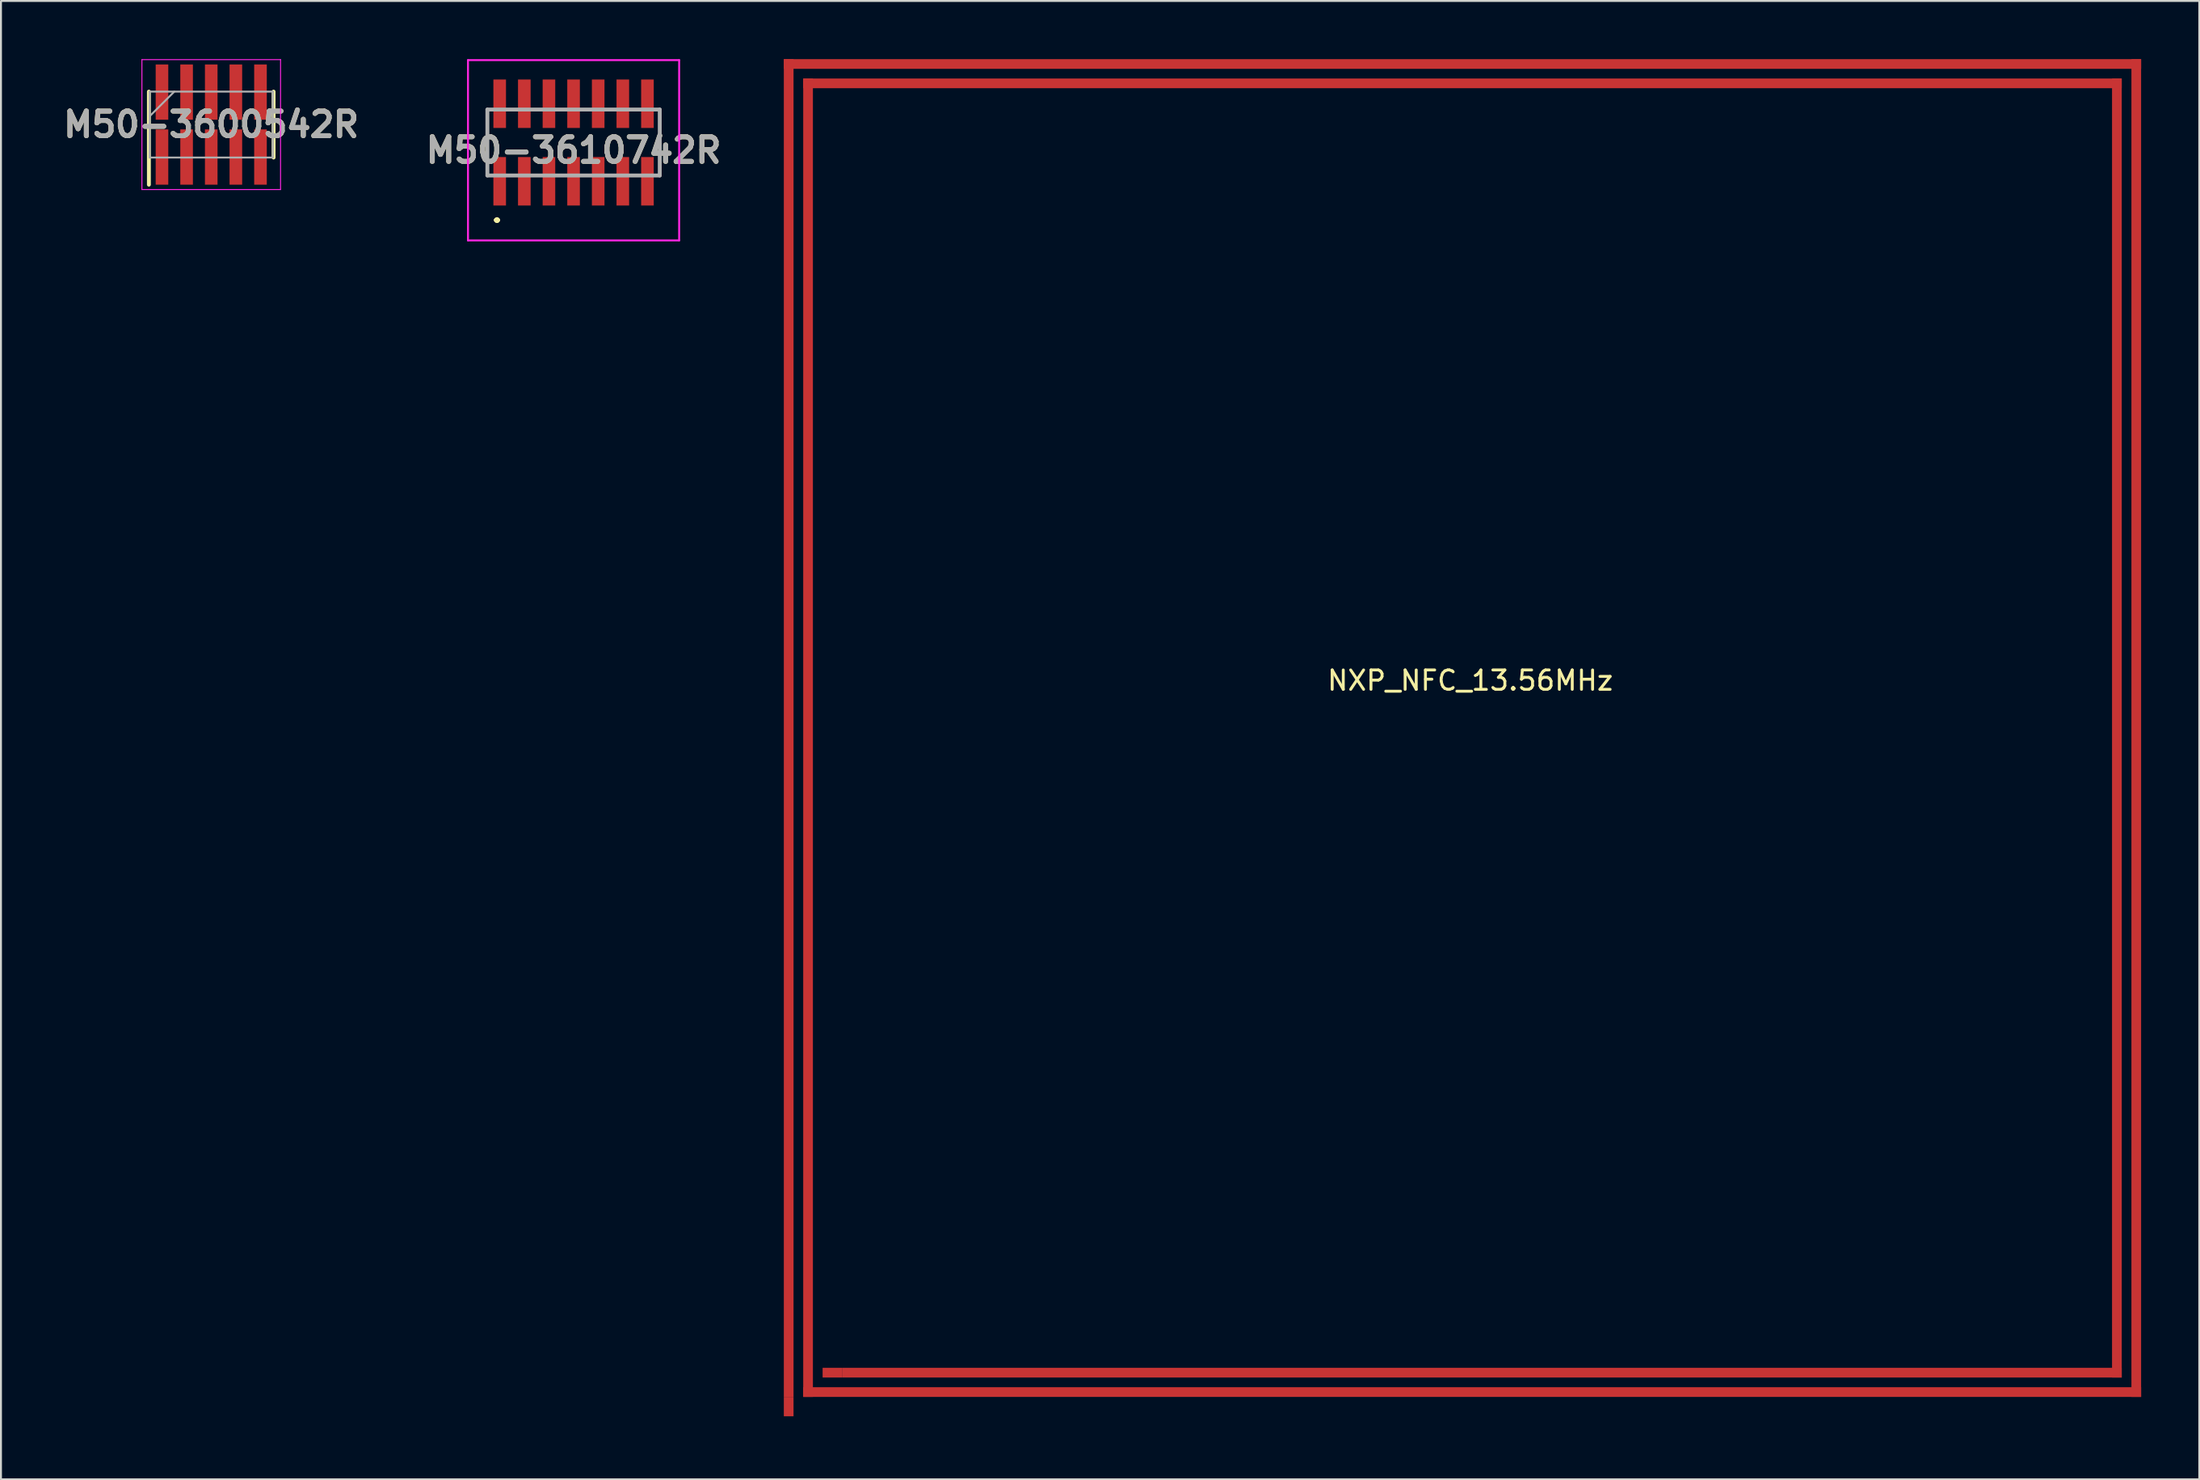
<source format=kicad_pcb>
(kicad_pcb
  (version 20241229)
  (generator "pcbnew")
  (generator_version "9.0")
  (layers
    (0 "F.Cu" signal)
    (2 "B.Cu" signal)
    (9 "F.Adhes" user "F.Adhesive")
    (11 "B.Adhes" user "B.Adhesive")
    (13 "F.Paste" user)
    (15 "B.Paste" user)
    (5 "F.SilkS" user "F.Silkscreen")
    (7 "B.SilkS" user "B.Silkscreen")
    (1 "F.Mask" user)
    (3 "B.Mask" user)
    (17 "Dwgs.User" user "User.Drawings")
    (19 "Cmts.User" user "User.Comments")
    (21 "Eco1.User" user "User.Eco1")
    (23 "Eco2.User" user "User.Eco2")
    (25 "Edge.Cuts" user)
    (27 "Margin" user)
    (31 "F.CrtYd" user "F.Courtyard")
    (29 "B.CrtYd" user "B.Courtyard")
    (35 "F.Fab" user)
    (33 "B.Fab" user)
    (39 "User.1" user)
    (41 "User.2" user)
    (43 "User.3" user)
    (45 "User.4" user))
  (footprint "M50-3600542R"
    (layer "F.Cu")
    (at 7.844 3.375)
    (property "Reference" "M50-3600542R" (at 0 0 0) (layer "F.SilkS") (effects (font (size 1.27 1.27) (thickness 0.254))))
    (attr smd)
    (fp_line (start -3.215 3.1) (end -3.215 -1.7) (stroke (width 0.2) (type solid)) (layer "F.SilkS"))
    (fp_line (start 3.215 1.7) (end 3.215 -1.7) (stroke (width 0.2) (type solid)) (layer "F.SilkS"))
    (fp_line (start -3.575 -3.35) (end 3.575 -3.35) (stroke (width 0.05) (type solid)) (layer "F.CrtYd"))
    (fp_line (start -3.575 3.35) (end -3.575 -3.35) (stroke (width 0.05) (type solid)) (layer "F.CrtYd"))
    (fp_line (start 3.575 -3.35) (end 3.575 3.35) (stroke (width 0.05) (type solid)) (layer "F.CrtYd"))
    (fp_line (start 3.575 3.35) (end -3.575 3.35) (stroke (width 0.05) (type solid)) (layer "F.CrtYd"))
    (fp_line (start -3.175 -1.7) (end 3.175 -1.7) (stroke (width 0.1) (type solid)) (layer "F.Fab"))
    (fp_line (start -3.175 -0.43) (end -1.905 -1.7) (stroke (width 0.1) (type solid)) (layer "F.Fab"))
    (fp_line (start -3.175 1.7) (end -3.175 -1.7) (stroke (width 0.1) (type solid)) (layer "F.Fab"))
    (fp_line (start 3.175 -1.7) (end 3.175 1.7) (stroke (width 0.1) (type solid)) (layer "F.Fab"))
    (fp_line (start 3.175 1.7) (end -3.175 1.7) (stroke (width 0.1) (type solid)) (layer "F.Fab"))
    (fp_text user "${REFERENCE}" (at 0 0 0) (layer "F.Fab") (effects (font (size 1.27 1.27) (thickness 0.254))))
    (pad "1" smd rect (at -2.54 1.675) (size 0.65 2.85) (layers "F.Cu" "F.Mask" "F.Paste"))
    (pad "2" smd rect (at -2.54 -1.675) (size 0.65 2.85) (layers "F.Cu" "F.Mask" "F.Paste"))
    (pad "3" smd rect (at -1.27 1.675) (size 0.65 2.85) (layers "F.Cu" "F.Mask" "F.Paste"))
    (pad "4" smd rect (at -1.27 -1.675) (size 0.65 2.85) (layers "F.Cu" "F.Mask" "F.Paste"))
    (pad "5" smd rect (at 0 1.675) (size 0.65 2.85) (layers "F.Cu" "F.Mask" "F.Paste"))
    (pad "6" smd rect (at 0 -1.675) (size 0.65 2.85) (layers "F.Cu" "F.Mask" "F.Paste"))
    (pad "7" smd rect (at 1.27 1.675) (size 0.65 2.85) (layers "F.Cu" "F.Mask" "F.Paste"))
    (pad "8" smd rect (at 1.27 -1.675) (size 0.65 2.85) (layers "F.Cu" "F.Mask" "F.Paste"))
    (pad "9" smd rect (at 2.54 1.675) (size 0.65 2.85) (layers "F.Cu" "F.Mask" "F.Paste"))
    (pad "10" smd rect (at 2.54 -1.675) (size 0.65 2.85) (layers "F.Cu" "F.Mask" "F.Paste")))
  (footprint "NXP_NFC_13.56MHz"
    (layer "F.Cu")
    (at 37.625 70)
    (property "Reference" "NXP_NFC_13.56MHz" (at 35.15 -37.95 0) (layer "F.SilkS") (effects (font (size 1 1) (thickness 0.15))))
    (attr through_hole)
    (pad "" smd rect (at 0 -35.5) (size 0.5 69) (layers "F.Cu" "F.Mask" "F.Paste"))
    (pad "" smd rect (at 1 -35) (size 0.5 68) (layers "F.Cu" "F.Mask" "F.Paste"))
    (pad "" smd rect (at 34.75 -69.75) (size 70 0.5) (layers "F.Cu" "F.Mask" "F.Paste"))
    (pad "" smd rect (at 34.75 -68.75) (size 68 0.5) (layers "F.Cu" "F.Mask" "F.Paste"))
    (pad "" smd rect (at 35.25 -1.25) (size 69 0.5) (layers "F.Cu" "F.Mask" "F.Paste"))
    (pad "" smd rect (at 35.75 -2.25) (size 66 0.5) (layers "F.Cu" "F.Mask" "F.Paste"))
    (pad "" smd rect (at 68.5 -35.5) (size 0.5 67) (layers "F.Cu" "F.Mask" "F.Paste"))
    (pad "" smd rect (at 69.5 -35.5) (size 0.5 69) (layers "F.Cu" "F.Mask" "F.Paste"))
    (pad "1" smd rect (at 0 -0.5) (size 0.5 1) (layers "F.Cu" "F.Mask" "F.Paste"))
    (pad "2" smd rect (at 2.25 -2.25) (size 1 0.5) (layers "F.Cu" "F.Mask" "F.Paste")))
  (footprint "M50-3610742R"
    (layer "F.Cu")
    (at 26.531 4.3)
    (property "Reference" "M50-3610742R" (at 0 0.4 0) (layer "F.SilkS") (effects (font (size 1.27 1.27) (thickness 0.254))))
    (attr through_hole)
    (fp_line (start -4.445 -0.5) (end -4.445 -0.5) (stroke (width 0.1) (type solid)) (layer "F.SilkS"))
    (fp_line (start -4.445 -0.5) (end -4.445 0.5) (stroke (width 0.1) (type solid)) (layer "F.SilkS"))
    (fp_line (start -4.445 0.5) (end -4.445 -0.5) (stroke (width 0.1) (type solid)) (layer "F.SilkS"))
    (fp_line (start -4.445 0.5) (end -4.445 0.5) (stroke (width 0.1) (type solid)) (layer "F.SilkS"))
    (fp_line (start -4 4) (end -4 4) (stroke (width 0.2) (type solid)) (layer "F.SilkS"))
    (fp_line (start -4 4) (end -4 4) (stroke (width 0.2) (type solid)) (layer "F.SilkS"))
    (fp_line (start -3.9 4) (end -3.9 4) (stroke (width 0.2) (type solid)) (layer "F.SilkS"))
    (fp_line (start 4.445 -0.5) (end 4.445 -0.5) (stroke (width 0.1) (type solid)) (layer "F.SilkS"))
    (fp_line (start 4.445 -0.5) (end 4.445 0.5) (stroke (width 0.1) (type solid)) (layer "F.SilkS"))
    (fp_line (start 4.445 0.5) (end 4.445 -0.5) (stroke (width 0.1) (type solid)) (layer "F.SilkS"))
    (fp_line (start 4.445 0.5) (end 4.445 0.5) (stroke (width 0.1) (type solid)) (layer "F.SilkS"))
    (fp_arc (start -4 4) (mid -3.95 3.95) (end -3.9 4) (stroke (width 0.2) (type solid)) (layer "F.SilkS"))
    (fp_arc (start -3.9 4) (mid -3.95 4.05) (end -4 4) (stroke (width 0.2) (type solid)) (layer "F.SilkS"))
    (fp_arc (start -3.9 4) (mid -3.95 4.05) (end -4 4) (stroke (width 0.2) (type solid)) (layer "F.SilkS"))
    (fp_line (start -5.445 -4.25) (end 5.445 -4.25) (stroke (width 0.1) (type solid)) (layer "F.CrtYd"))
    (fp_line (start -5.445 5.05) (end -5.445 -4.25) (stroke (width 0.1) (type solid)) (layer "F.CrtYd"))
    (fp_line (start 5.445 -4.25) (end 5.445 5.05) (stroke (width 0.1) (type solid)) (layer "F.CrtYd"))
    (fp_line (start 5.445 5.05) (end -5.445 5.05) (stroke (width 0.1) (type solid)) (layer "F.CrtYd"))
    (fp_line (start -4.445 -1.7) (end -4.445 1.7) (stroke (width 0.2) (type solid)) (layer "F.Fab"))
    (fp_line (start -4.445 1.7) (end 4.445 1.7) (stroke (width 0.2) (type solid)) (layer "F.Fab"))
    (fp_line (start 4.445 -1.7) (end -4.445 -1.7) (stroke (width 0.2) (type solid)) (layer "F.Fab"))
    (fp_line (start 4.445 1.7) (end 4.445 -1.7) (stroke (width 0.2) (type solid)) (layer "F.Fab"))
    (fp_text user "${REFERENCE}" (at 0 0.4 0) (layer "F.Fab") (effects (font (size 1.27 1.27) (thickness 0.254))))
    (pad "" np_thru_hole circle (at -3.175 0) (size 0.001 0.001) (drill 0.8) (layers "*.Cu" "*.Mask"))
    (pad "" np_thru_hole circle (at 3.175 0) (size 0.001 0.001) (drill 0.8) (layers "*.Cu" "*.Mask"))
    (pad "1" smd rect (at -3.81 2) (size 0.65 2.5) (layers "F.Cu" "F.Mask" "F.Paste"))
    (pad "2" smd rect (at -3.81 -2) (size 0.65 2.5) (layers "F.Cu" "F.Mask" "F.Paste"))
    (pad "3" smd rect (at -2.54 2) (size 0.65 2.5) (layers "F.Cu" "F.Mask" "F.Paste"))
    (pad "4" smd rect (at -2.54 -2) (size 0.65 2.5) (layers "F.Cu" "F.Mask" "F.Paste"))
    (pad "5" smd rect (at -1.27 2) (size 0.65 2.5) (layers "F.Cu" "F.Mask" "F.Paste"))
    (pad "6" smd rect (at -1.27 -2) (size 0.65 2.5) (layers "F.Cu" "F.Mask" "F.Paste"))
    (pad "7" smd rect (at 0 2) (size 0.65 2.5) (layers "F.Cu" "F.Mask" "F.Paste"))
    (pad "8" smd rect (at 0 -2) (size 0.65 2.5) (layers "F.Cu" "F.Mask" "F.Paste"))
    (pad "9" smd rect (at 1.27 2) (size 0.65 2.5) (layers "F.Cu" "F.Mask" "F.Paste"))
    (pad "10" smd rect (at 1.27 -2) (size 0.65 2.5) (layers "F.Cu" "F.Mask" "F.Paste"))
    (pad "11" smd rect (at 2.54 2) (size 0.65 2.5) (layers "F.Cu" "F.Mask" "F.Paste"))
    (pad "12" smd rect (at 2.54 -2) (size 0.65 2.5) (layers "F.Cu" "F.Mask" "F.Paste"))
    (pad "13" smd rect (at 3.81 2) (size 0.65 2.5) (layers "F.Cu" "F.Mask" "F.Paste"))
    (pad "14" smd rect (at 3.81 -2) (size 0.65 2.5) (layers "F.Cu" "F.Mask" "F.Paste")))
  (gr_rect
    (start -3 -3)
    (end 110.375 73.25)
    (stroke (width 0.1) (type default))
    (fill no)
    (layer "Edge.Cuts")))
</source>
